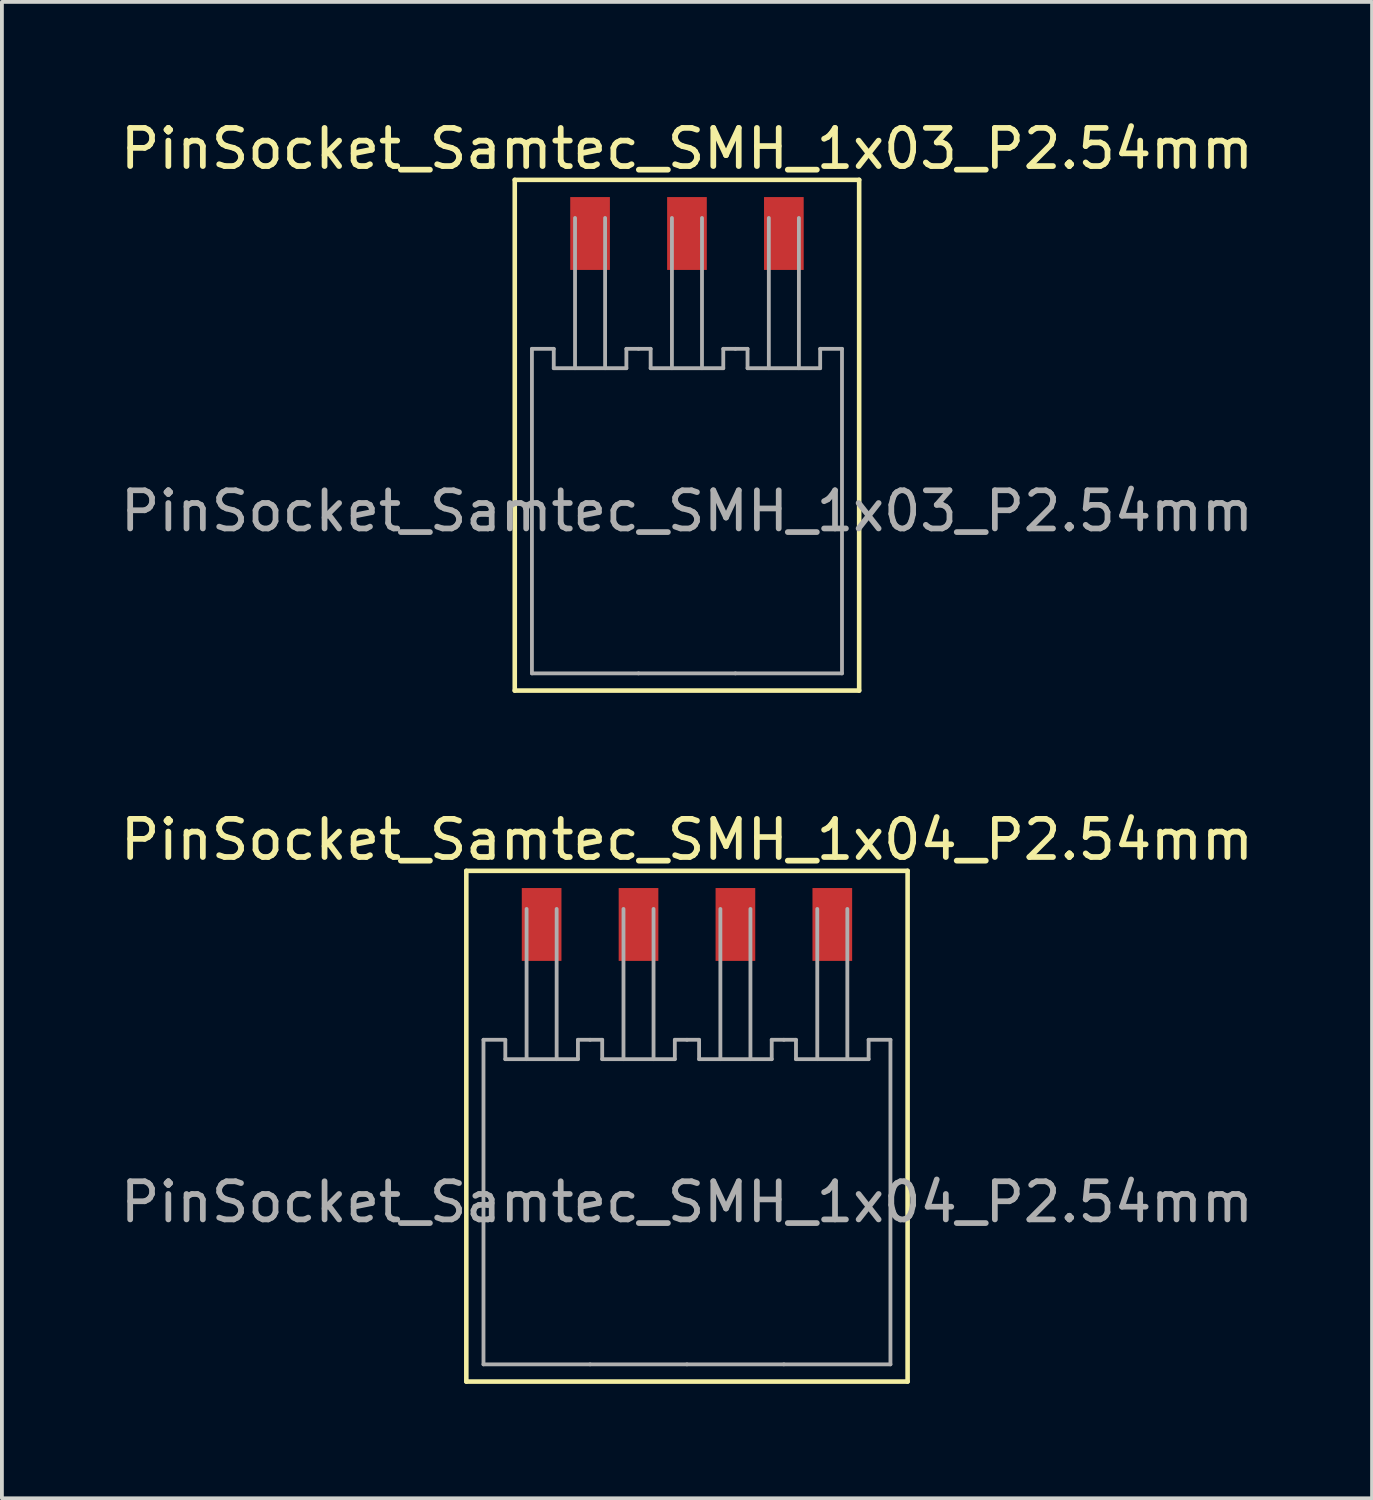
<source format=kicad_pcb>
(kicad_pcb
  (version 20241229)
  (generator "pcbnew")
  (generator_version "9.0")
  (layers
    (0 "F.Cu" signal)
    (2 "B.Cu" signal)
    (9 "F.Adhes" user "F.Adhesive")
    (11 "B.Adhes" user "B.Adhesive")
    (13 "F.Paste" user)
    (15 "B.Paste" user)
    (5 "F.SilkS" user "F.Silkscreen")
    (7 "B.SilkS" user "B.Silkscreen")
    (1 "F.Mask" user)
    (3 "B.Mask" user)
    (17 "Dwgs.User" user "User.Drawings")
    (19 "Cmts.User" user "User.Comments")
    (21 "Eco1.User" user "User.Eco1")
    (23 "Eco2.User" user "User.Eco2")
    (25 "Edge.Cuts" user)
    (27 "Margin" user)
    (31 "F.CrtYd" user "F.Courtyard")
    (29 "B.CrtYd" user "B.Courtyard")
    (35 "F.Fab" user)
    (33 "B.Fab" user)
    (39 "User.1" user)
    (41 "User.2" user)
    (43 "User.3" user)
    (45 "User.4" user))
  (footprint "PinSocket_Samtec_SMH_1x03_P2.54mm"
    (layer "F.Cu")
    (at 14.958 10.348)
    (property "Reference" "PinSocket_Samtec_SMH_1x03_P2.54mm" (at 0 -9.5 0) (layer "F.SilkS") (effects (font (size 1 1) (thickness 0.15))))
    (attr through_hole)
    (fp_poly (pts (xy -3.111 -8.283) (xy -1.969 -8.283) (xy -1.969 -6.271) (xy -3.111 -6.271)) (stroke (width 0.01) (type solid)) (fill yes) (layer "F.Mask"))
    (fp_poly (pts (xy -0.571 -8.283) (xy 0.571 -8.283) (xy 0.571 -6.271) (xy -0.571 -6.271)) (stroke (width 0.01) (type solid)) (fill yes) (layer "F.Mask"))
    (fp_poly (pts (xy 1.969 -8.283) (xy 3.111 -8.283) (xy 3.111 -6.271) (xy 1.969 -6.271)) (stroke (width 0.01) (type solid)) (fill yes) (layer "F.Mask"))
    (fp_line (start -4.514 -8.683) (end -4.514 4.705) (stroke (width 0.12) (type solid)) (layer "F.SilkS"))
    (fp_line (start -4.514 4.705) (end 4.514 4.705) (stroke (width 0.12) (type solid)) (layer "F.SilkS"))
    (fp_line (start 4.514 -8.683) (end -4.514 -8.683) (stroke (width 0.12) (type solid)) (layer "F.SilkS"))
    (fp_line (start 4.514 4.705) (end 4.514 -8.683) (stroke (width 0.12) (type solid)) (layer "F.SilkS"))
    (fp_poly (pts (xy -3.06 -8.232) (xy -2.02 -8.232) (xy -2.02 -6.322) (xy -3.06 -6.322)) (stroke (width 0.01) (type solid)) (fill yes) (layer "F.Paste"))
    (fp_poly (pts (xy -0.52 -8.232) (xy 0.52 -8.232) (xy 0.52 -6.322) (xy -0.52 -6.322)) (stroke (width 0.01) (type solid)) (fill yes) (layer "F.Paste"))
    (fp_poly (pts (xy 2.02 -8.232) (xy 3.06 -8.232) (xy 3.06 -6.322) (xy 2.02 -6.322)) (stroke (width 0.01) (type solid)) (fill yes) (layer "F.Paste"))
    (fp_line (start -4.064 4.254) (end -4.064 -4.254) (stroke (width 0.1) (type solid)) (layer "F.Fab"))
    (fp_line (start -3.492 -4.254) (end -4.064 -4.254) (stroke (width 0.1) (type solid)) (layer "F.Fab"))
    (fp_line (start -3.492 -3.746) (end -3.492 -4.254) (stroke (width 0.1) (type solid)) (layer "F.Fab"))
    (fp_line (start -2.934 -7.684) (end -2.934 -3.746) (stroke (width 0.1) (type solid)) (layer "F.Fab"))
    (fp_line (start -2.146 -7.684) (end -2.146 -3.746) (stroke (width 0.1) (type solid)) (layer "F.Fab"))
    (fp_line (start -1.588 -4.254) (end -1.588 -3.746) (stroke (width 0.1) (type solid)) (layer "F.Fab"))
    (fp_line (start -1.588 -3.746) (end -3.492 -3.746) (stroke (width 0.1) (type solid)) (layer "F.Fab"))
    (fp_line (start -1.27 -4.254) (end -1.588 -4.254) (stroke (width 0.1) (type solid)) (layer "F.Fab"))
    (fp_line (start -1.27 4.254) (end -4.064 4.254) (stroke (width 0.1) (type solid)) (layer "F.Fab"))
    (fp_line (start -0.952 -4.254) (end -1.27 -4.254) (stroke (width 0.1) (type solid)) (layer "F.Fab"))
    (fp_line (start -0.952 -3.746) (end -0.952 -4.254) (stroke (width 0.1) (type solid)) (layer "F.Fab"))
    (fp_line (start -0.394 -3.746) (end -0.394 -7.684) (stroke (width 0.1) (type solid)) (layer "F.Fab"))
    (fp_line (start 0.394 -7.684) (end 0.394 -3.746) (stroke (width 0.1) (type solid)) (layer "F.Fab"))
    (fp_line (start 0.952 -4.254) (end 0.952 -3.746) (stroke (width 0.1) (type solid)) (layer "F.Fab"))
    (fp_line (start 0.952 -3.746) (end -0.952 -3.746) (stroke (width 0.1) (type solid)) (layer "F.Fab"))
    (fp_line (start 1.27 -4.254) (end 0.952 -4.254) (stroke (width 0.1) (type solid)) (layer "F.Fab"))
    (fp_line (start 1.27 -4.254) (end 1.588 -4.254) (stroke (width 0.1) (type solid)) (layer "F.Fab"))
    (fp_line (start 1.27 4.254) (end -1.27 4.254) (stroke (width 0.1) (type solid)) (layer "F.Fab"))
    (fp_line (start 1.27 4.254) (end 4.064 4.254) (stroke (width 0.1) (type solid)) (layer "F.Fab"))
    (fp_line (start 1.588 -4.254) (end 1.588 -3.746) (stroke (width 0.1) (type solid)) (layer "F.Fab"))
    (fp_line (start 1.588 -3.746) (end 3.492 -3.746) (stroke (width 0.1) (type solid)) (layer "F.Fab"))
    (fp_line (start 2.146 -7.684) (end 2.146 -3.746) (stroke (width 0.1) (type solid)) (layer "F.Fab"))
    (fp_line (start 2.934 -7.684) (end 2.934 -3.746) (stroke (width 0.1) (type solid)) (layer "F.Fab"))
    (fp_line (start 3.492 -4.254) (end 4.064 -4.254) (stroke (width 0.1) (type solid)) (layer "F.Fab"))
    (fp_line (start 3.492 -3.746) (end 3.492 -4.254) (stroke (width 0.1) (type solid)) (layer "F.Fab"))
    (fp_line (start 4.064 4.254) (end 4.064 -4.254) (stroke (width 0.1) (type solid)) (layer "F.Fab"))
    (fp_text user "${REFERENCE}" (at 0 0 0) (layer "F.Fab") (effects (font (size 1 1) (thickness 0.15))))
    (pad "1" smd rect (at -2.54 -7.277) (size 1.04 1.91) (layers "F.Cu" "F.Paste"))
    (pad "2" smd rect (at 0 -7.277) (size 1.04 1.91) (layers "F.Cu" "F.Paste"))
    (pad "3" smd rect (at 2.54 -7.277) (size 1.04 1.91) (layers "F.Cu" "F.Paste")))
  (footprint "PinSocket_Samtec_SMH_1x04_P2.54mm"
    (layer "F.Cu")
    (at 14.958 28.461)
    (property "Reference" "PinSocket_Samtec_SMH_1x04_P2.54mm" (at 0 -9.5 0) (layer "F.SilkS") (effects (font (size 1 1) (thickness 0.15))))
    (attr through_hole)
    (fp_poly (pts (xy -4.381 -8.283) (xy -3.239 -8.283) (xy -3.239 -6.271) (xy -4.381 -6.271)) (stroke (width 0.01) (type solid)) (fill yes) (layer "F.Mask"))
    (fp_poly (pts (xy -1.841 -8.283) (xy -0.699 -8.283) (xy -0.699 -6.271) (xy -1.841 -6.271)) (stroke (width 0.01) (type solid)) (fill yes) (layer "F.Mask"))
    (fp_poly (pts (xy 0.699 -8.283) (xy 1.841 -8.283) (xy 1.841 -6.271) (xy 0.699 -6.271)) (stroke (width 0.01) (type solid)) (fill yes) (layer "F.Mask"))
    (fp_poly (pts (xy 3.239 -8.283) (xy 4.381 -8.283) (xy 4.381 -6.271) (xy 3.239 -6.271)) (stroke (width 0.01) (type solid)) (fill yes) (layer "F.Mask"))
    (fp_line (start -5.784 -8.683) (end -5.784 4.705) (stroke (width 0.12) (type solid)) (layer "F.SilkS"))
    (fp_line (start -5.784 4.705) (end 5.784 4.705) (stroke (width 0.12) (type solid)) (layer "F.SilkS"))
    (fp_line (start 5.784 -8.683) (end -5.784 -8.683) (stroke (width 0.12) (type solid)) (layer "F.SilkS"))
    (fp_line (start 5.784 4.705) (end 5.784 -8.683) (stroke (width 0.12) (type solid)) (layer "F.SilkS"))
    (fp_poly (pts (xy -4.33 -8.232) (xy -3.29 -8.232) (xy -3.29 -6.322) (xy -4.33 -6.322)) (stroke (width 0.01) (type solid)) (fill yes) (layer "F.Paste"))
    (fp_poly (pts (xy -1.79 -8.232) (xy -0.75 -8.232) (xy -0.75 -6.322) (xy -1.79 -6.322)) (stroke (width 0.01) (type solid)) (fill yes) (layer "F.Paste"))
    (fp_poly (pts (xy 0.75 -8.232) (xy 1.79 -8.232) (xy 1.79 -6.322) (xy 0.75 -6.322)) (stroke (width 0.01) (type solid)) (fill yes) (layer "F.Paste"))
    (fp_poly (pts (xy 3.29 -8.232) (xy 4.33 -8.232) (xy 4.33 -6.322) (xy 3.29 -6.322)) (stroke (width 0.01) (type solid)) (fill yes) (layer "F.Paste"))
    (fp_line (start -5.334 4.254) (end -5.334 -4.254) (stroke (width 0.1) (type solid)) (layer "F.Fab"))
    (fp_line (start -4.762 -4.254) (end -5.334 -4.254) (stroke (width 0.1) (type solid)) (layer "F.Fab"))
    (fp_line (start -4.762 -3.746) (end -4.762 -4.254) (stroke (width 0.1) (type solid)) (layer "F.Fab"))
    (fp_line (start -4.204 -7.684) (end -4.204 -3.746) (stroke (width 0.1) (type solid)) (layer "F.Fab"))
    (fp_line (start -3.416 -7.684) (end -3.416 -3.746) (stroke (width 0.1) (type solid)) (layer "F.Fab"))
    (fp_line (start -2.858 -4.254) (end -2.858 -3.746) (stroke (width 0.1) (type solid)) (layer "F.Fab"))
    (fp_line (start -2.858 -3.746) (end -4.762 -3.746) (stroke (width 0.1) (type solid)) (layer "F.Fab"))
    (fp_line (start -2.54 -4.254) (end -2.858 -4.254) (stroke (width 0.1) (type solid)) (layer "F.Fab"))
    (fp_line (start -2.54 4.254) (end -5.334 4.254) (stroke (width 0.1) (type solid)) (layer "F.Fab"))
    (fp_line (start -2.222 -4.254) (end -2.54 -4.254) (stroke (width 0.1) (type solid)) (layer "F.Fab"))
    (fp_line (start -2.222 -3.746) (end -2.222 -4.254) (stroke (width 0.1) (type solid)) (layer "F.Fab"))
    (fp_line (start -1.664 -3.746) (end -1.664 -7.684) (stroke (width 0.1) (type solid)) (layer "F.Fab"))
    (fp_line (start -0.876 -7.684) (end -0.876 -3.746) (stroke (width 0.1) (type solid)) (layer "F.Fab"))
    (fp_line (start -0.318 -4.254) (end -0.318 -3.746) (stroke (width 0.1) (type solid)) (layer "F.Fab"))
    (fp_line (start -0.318 -3.746) (end -2.222 -3.746) (stroke (width 0.1) (type solid)) (layer "F.Fab"))
    (fp_line (start 0 -4.254) (end -0.318 -4.254) (stroke (width 0.1) (type solid)) (layer "F.Fab"))
    (fp_line (start 0 4.254) (end -2.54 4.254) (stroke (width 0.1) (type solid)) (layer "F.Fab"))
    (fp_line (start 0.318 -4.254) (end 0 -4.254) (stroke (width 0.1) (type solid)) (layer "F.Fab"))
    (fp_line (start 0.318 -3.746) (end 0.318 -4.254) (stroke (width 0.1) (type solid)) (layer "F.Fab"))
    (fp_line (start 0.876 -3.746) (end 0.876 -7.684) (stroke (width 0.1) (type solid)) (layer "F.Fab"))
    (fp_line (start 1.664 -7.684) (end 1.664 -3.746) (stroke (width 0.1) (type solid)) (layer "F.Fab"))
    (fp_line (start 2.222 -4.254) (end 2.222 -3.746) (stroke (width 0.1) (type solid)) (layer "F.Fab"))
    (fp_line (start 2.222 -3.746) (end 0.318 -3.746) (stroke (width 0.1) (type solid)) (layer "F.Fab"))
    (fp_line (start 2.54 -4.254) (end 2.222 -4.254) (stroke (width 0.1) (type solid)) (layer "F.Fab"))
    (fp_line (start 2.54 -4.254) (end 2.858 -4.254) (stroke (width 0.1) (type solid)) (layer "F.Fab"))
    (fp_line (start 2.54 4.254) (end 0 4.254) (stroke (width 0.1) (type solid)) (layer "F.Fab"))
    (fp_line (start 2.54 4.254) (end 5.334 4.254) (stroke (width 0.1) (type solid)) (layer "F.Fab"))
    (fp_line (start 2.858 -4.254) (end 2.858 -3.746) (stroke (width 0.1) (type solid)) (layer "F.Fab"))
    (fp_line (start 2.858 -3.746) (end 4.762 -3.746) (stroke (width 0.1) (type solid)) (layer "F.Fab"))
    (fp_line (start 3.416 -7.684) (end 3.416 -3.746) (stroke (width 0.1) (type solid)) (layer "F.Fab"))
    (fp_line (start 4.204 -7.684) (end 4.204 -3.746) (stroke (width 0.1) (type solid)) (layer "F.Fab"))
    (fp_line (start 4.762 -4.254) (end 5.334 -4.254) (stroke (width 0.1) (type solid)) (layer "F.Fab"))
    (fp_line (start 4.762 -3.746) (end 4.762 -4.254) (stroke (width 0.1) (type solid)) (layer "F.Fab"))
    (fp_line (start 5.334 4.254) (end 5.334 -4.254) (stroke (width 0.1) (type solid)) (layer "F.Fab"))
    (fp_text user "${REFERENCE}" (at 0 0 0) (layer "F.Fab") (effects (font (size 1 1) (thickness 0.15))))
    (pad "1" smd rect (at -3.81 -7.277) (size 1.04 1.91) (layers "F.Cu" "F.Paste"))
    (pad "2" smd rect (at -1.27 -7.277) (size 1.04 1.91) (layers "F.Cu" "F.Paste"))
    (pad "3" smd rect (at 1.27 -7.277) (size 1.04 1.91) (layers "F.Cu" "F.Paste"))
    (pad "4" smd rect (at 3.81 -7.277) (size 1.04 1.91) (layers "F.Cu" "F.Paste")))
  (gr_rect
    (start -3 -3)
    (end 32.917 36.226)
    (stroke (width 0.1) (type default))
    (fill no)
    (layer "Edge.Cuts")))
</source>
